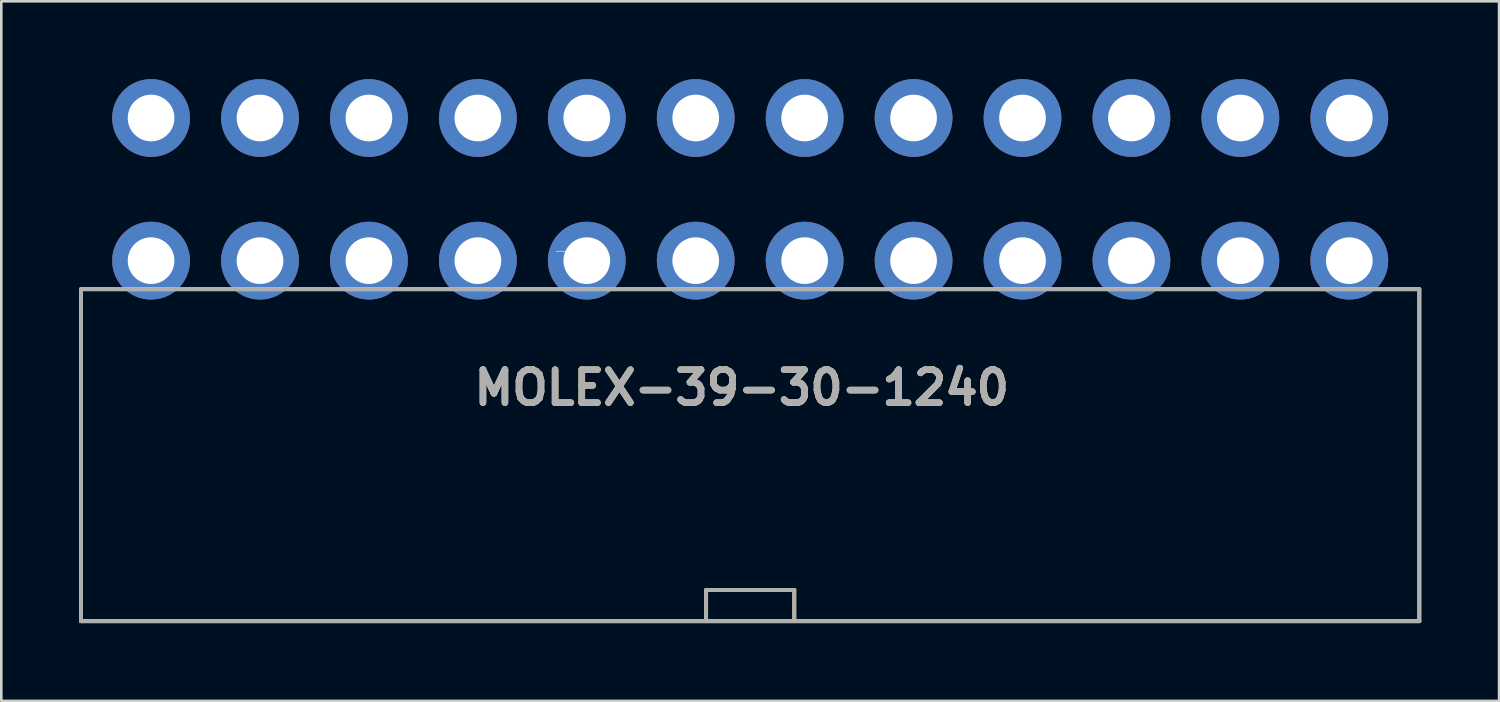
<source format=kicad_pcb>
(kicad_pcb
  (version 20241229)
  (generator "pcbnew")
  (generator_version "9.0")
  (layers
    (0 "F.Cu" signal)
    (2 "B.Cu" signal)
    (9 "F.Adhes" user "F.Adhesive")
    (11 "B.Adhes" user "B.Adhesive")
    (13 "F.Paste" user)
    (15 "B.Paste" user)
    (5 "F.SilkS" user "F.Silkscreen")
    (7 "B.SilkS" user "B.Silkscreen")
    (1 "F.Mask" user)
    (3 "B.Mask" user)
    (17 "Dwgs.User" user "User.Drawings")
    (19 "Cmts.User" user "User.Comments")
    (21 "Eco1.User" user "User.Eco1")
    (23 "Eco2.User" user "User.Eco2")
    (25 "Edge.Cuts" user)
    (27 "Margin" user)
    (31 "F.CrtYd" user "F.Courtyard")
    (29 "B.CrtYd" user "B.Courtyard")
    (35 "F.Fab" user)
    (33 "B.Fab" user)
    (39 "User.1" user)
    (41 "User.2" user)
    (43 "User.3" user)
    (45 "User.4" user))
  (footprint "MOLEX-39-30-1240"
    (layer "F.Cu")
    (at 25.875 7)
    (property "Reference" "MOLEX-39-30-1240" (at -0.325 4.9 0) (layer "F.SilkS") (effects (font (size 1.27 1.27) (thickness 0.254))))
    (attr through_hole)
    (fp_line (start -25.8 1.1) (end 25.8 1.1) (stroke (width 0.15) (type solid)) (layer "F.SilkS"))
    (fp_line (start -25.8 13.9) (end -25.8 1.1) (stroke (width 0.15) (type solid)) (layer "F.SilkS"))
    (fp_line (start -7.471 -0.362) (end -6.571 -0.362) (stroke (width 0.025) (type solid)) (layer "F.SilkS"))
    (fp_line (start -1.7 12.7) (end 1.7 12.7) (stroke (width 0.15) (type solid)) (layer "F.SilkS"))
    (fp_line (start -1.7 13.9) (end -1.7 12.7) (stroke (width 0.15) (type solid)) (layer "F.SilkS"))
    (fp_line (start 1.7 12.7) (end 1.7 13.9) (stroke (width 0.15) (type solid)) (layer "F.SilkS"))
    (fp_line (start 25.8 1.1) (end 25.8 13.9) (stroke (width 0.15) (type solid)) (layer "F.SilkS"))
    (fp_line (start 25.8 13.9) (end -25.8 13.9) (stroke (width 0.15) (type solid)) (layer "F.SilkS"))
    (fp_line (start -25.8 1.1) (end 25.8 1.1) (stroke (width 0.15) (type solid)) (layer "F.Fab"))
    (fp_line (start -25.8 13.9) (end -25.8 1.1) (stroke (width 0.15) (type solid)) (layer "F.Fab"))
    (fp_line (start -1.7 12.7) (end 1.7 12.7) (stroke (width 0.15) (type solid)) (layer "F.Fab"))
    (fp_line (start -1.7 13.9) (end -1.7 12.7) (stroke (width 0.15) (type solid)) (layer "F.Fab"))
    (fp_line (start 1.7 12.7) (end 1.7 13.9) (stroke (width 0.15) (type solid)) (layer "F.Fab"))
    (fp_line (start 25.8 1.1) (end 25.8 13.9) (stroke (width 0.15) (type solid)) (layer "F.Fab"))
    (fp_line (start 25.8 13.9) (end -25.8 13.9) (stroke (width 0.15) (type solid)) (layer "F.Fab"))
    (fp_text user "${REFERENCE}" (at -0.325 4.9 0) (layer "F.Fab") (effects (font (size 1.27 1.27) (thickness 0.254))))
    (pad "" np_thru_hole circle (at -23.1 7.3) (size 0.001 0.001) (drill 3) (layers "*.Cu" "*.Mask"))
    (pad "" np_thru_hole circle (at 23.1 7.3) (size 0.001 0.001) (drill 3) (layers "*.Cu" "*.Mask"))
    (pad "1" thru_hole circle (at 23.1 0) (size 3 3) (drill 1.8) (layers "*.Cu" "*.Mask"))
    (pad "2" thru_hole circle (at 18.9 0) (size 3 3) (drill 1.8) (layers "*.Cu" "*.Mask"))
    (pad "3" thru_hole circle (at 14.7 0) (size 3 3) (drill 1.8) (layers "*.Cu" "*.Mask"))
    (pad "4" thru_hole circle (at 10.5 0) (size 3 3) (drill 1.8) (layers "*.Cu" "*.Mask"))
    (pad "5" thru_hole circle (at 6.3 0) (size 3 3) (drill 1.8) (layers "*.Cu" "*.Mask"))
    (pad "6" thru_hole circle (at 2.1 0) (size 3 3) (drill 1.8) (layers "*.Cu" "*.Mask"))
    (pad "7" thru_hole circle (at -2.1 0) (size 3 3) (drill 1.8) (layers "*.Cu" "*.Mask"))
    (pad "8" thru_hole circle (at -6.3 0) (size 3 3) (drill 1.8) (layers "*.Cu" "*.Mask"))
    (pad "9" thru_hole circle (at -10.5 0) (size 3 3) (drill 1.8) (layers "*.Cu" "*.Mask"))
    (pad "10" thru_hole circle (at -14.7 0) (size 3 3) (drill 1.8) (layers "*.Cu" "*.Mask"))
    (pad "11" thru_hole circle (at -18.9 0) (size 3 3) (drill 1.8) (layers "*.Cu" "*.Mask"))
    (pad "12" thru_hole circle (at -23.1 0) (size 3 3) (drill 1.8) (layers "*.Cu" "*.Mask"))
    (pad "13" thru_hole circle (at 23.1 -5.5) (size 3 3) (drill 1.8) (layers "*.Cu" "*.Mask"))
    (pad "14" thru_hole circle (at 18.9 -5.5) (size 3 3) (drill 1.8) (layers "*.Cu" "*.Mask"))
    (pad "15" thru_hole circle (at 14.7 -5.5) (size 3 3) (drill 1.8) (layers "*.Cu" "*.Mask"))
    (pad "16" thru_hole circle (at 10.5 -5.5) (size 3 3) (drill 1.8) (layers "*.Cu" "*.Mask"))
    (pad "17" thru_hole circle (at 6.3 -5.5) (size 3 3) (drill 1.8) (layers "*.Cu" "*.Mask"))
    (pad "18" thru_hole circle (at 2.1 -5.5) (size 3 3) (drill 1.8) (layers "*.Cu" "*.Mask"))
    (pad "19" thru_hole circle (at -2.1 -5.5) (size 3 3) (drill 1.8) (layers "*.Cu" "*.Mask"))
    (pad "20" thru_hole circle (at -6.3 -5.5) (size 3 3) (drill 1.8) (layers "*.Cu" "*.Mask"))
    (pad "21" thru_hole circle (at -10.5 -5.5) (size 3 3) (drill 1.8) (layers "*.Cu" "*.Mask"))
    (pad "22" thru_hole circle (at -14.7 -5.5) (size 3 3) (drill 1.8) (layers "*.Cu" "*.Mask"))
    (pad "23" thru_hole circle (at -18.9 -5.5) (size 3 3) (drill 1.8) (layers "*.Cu" "*.Mask"))
    (pad "24" thru_hole circle (at -23.1 -5.5) (size 3 3) (drill 1.8) (layers "*.Cu" "*.Mask")))
  (gr_rect
    (start -3 -3)
    (end 54.75 23.975)
    (stroke (width 0.1) (type default))
    (fill no)
    (layer "Edge.Cuts")))
</source>
